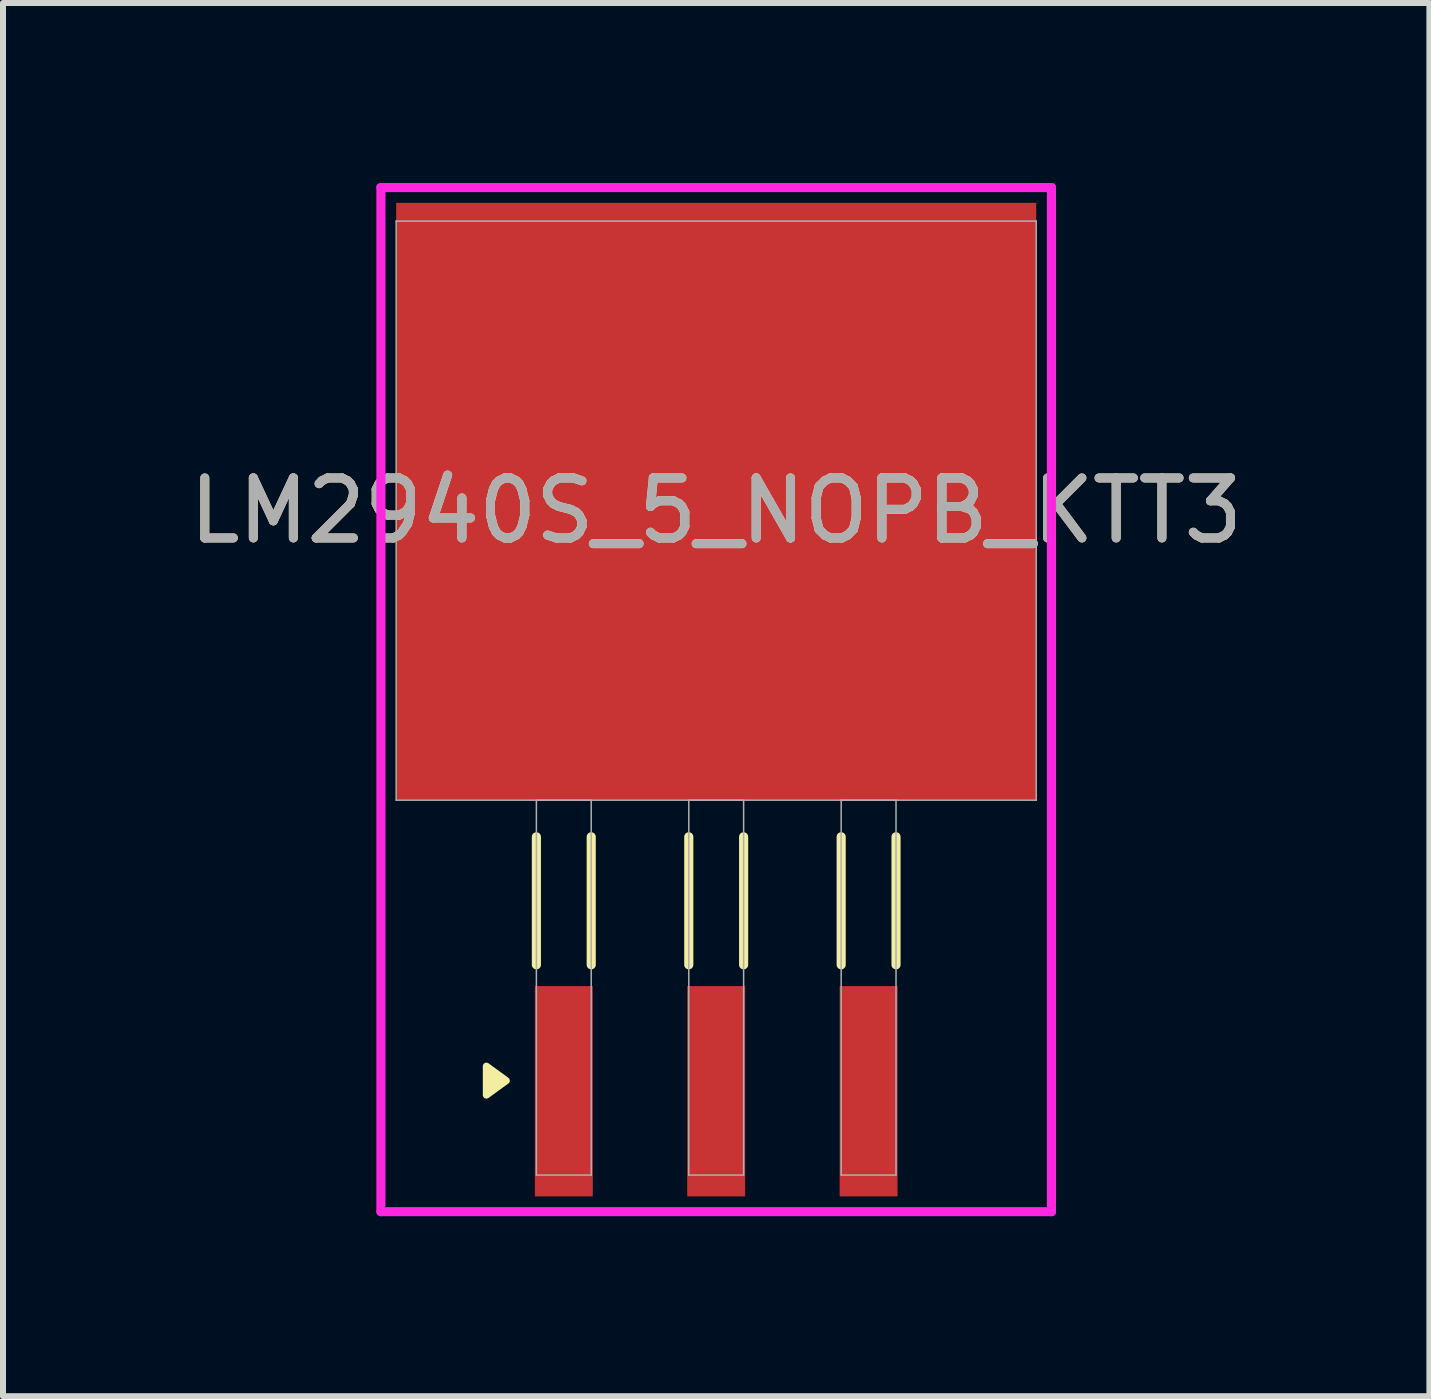
<source format=kicad_pcb>
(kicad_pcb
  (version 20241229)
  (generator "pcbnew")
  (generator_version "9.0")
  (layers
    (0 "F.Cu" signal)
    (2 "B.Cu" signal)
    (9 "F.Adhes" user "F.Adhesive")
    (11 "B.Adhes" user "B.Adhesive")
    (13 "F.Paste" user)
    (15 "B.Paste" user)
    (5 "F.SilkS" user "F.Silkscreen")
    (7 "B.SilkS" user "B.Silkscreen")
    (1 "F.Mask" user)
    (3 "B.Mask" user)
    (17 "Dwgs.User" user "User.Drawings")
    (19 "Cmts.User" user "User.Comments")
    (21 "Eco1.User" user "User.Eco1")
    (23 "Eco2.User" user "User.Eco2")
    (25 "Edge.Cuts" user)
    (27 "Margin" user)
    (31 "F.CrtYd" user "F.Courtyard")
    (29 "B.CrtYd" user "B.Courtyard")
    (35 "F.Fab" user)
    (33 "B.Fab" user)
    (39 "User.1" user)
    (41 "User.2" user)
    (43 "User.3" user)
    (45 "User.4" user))
  (footprint "LM2940S_5_NOPB_KTT3"
    (layer "F.Cu")
    (at 8.887 5.461)
    (property "Reference" "LM2940S_5_NOPB_KTT3" (at 0 0 0) (unlocked yes) (layer "F.SilkS") (effects (font (size 1 1) (thickness 0.15))))
    (attr smd)
    (fp_line (start -2.997 5.436) (end -2.997 7.569) (stroke (width 0.152) (type solid)) (layer "F.SilkS"))
    (fp_line (start -2.083 5.436) (end -2.083 7.569) (stroke (width 0.152) (type solid)) (layer "F.SilkS"))
    (fp_line (start -0.457 5.436) (end -0.457 7.569) (stroke (width 0.152) (type solid)) (layer "F.SilkS"))
    (fp_line (start 0.457 5.436) (end 0.457 7.569) (stroke (width 0.152) (type solid)) (layer "F.SilkS"))
    (fp_line (start 2.083 5.436) (end 2.083 7.569) (stroke (width 0.152) (type solid)) (layer "F.SilkS"))
    (fp_line (start 2.997 5.436) (end 2.997 7.569) (stroke (width 0.152) (type solid)) (layer "F.SilkS"))
    (fp_poly (pts (xy -3.5 9.5) (xy -3.83 9.74) (xy -3.83 9.26) (xy -3.5 9.5)) (stroke (width 0.12) (type solid)) (fill yes) (layer "F.SilkS"))
    (fp_line (start -5.588 -5.385) (end 5.588 -5.385) (stroke (width 0.152) (type solid)) (layer "F.CrtYd"))
    (fp_line (start -5.588 11.684) (end -5.588 -5.385) (stroke (width 0.152) (type solid)) (layer "F.CrtYd"))
    (fp_line (start 5.588 -5.385) (end 5.588 11.684) (stroke (width 0.152) (type solid)) (layer "F.CrtYd"))
    (fp_line (start 5.588 11.684) (end -5.588 11.684) (stroke (width 0.152) (type solid)) (layer "F.CrtYd"))
    (fp_line (start -5.334 -4.826) (end -5.334 4.826) (stroke (width 0.025) (type solid)) (layer "F.Fab"))
    (fp_line (start -5.334 4.826) (end 5.334 4.826) (stroke (width 0.025) (type solid)) (layer "F.Fab"))
    (fp_line (start -2.997 4.826) (end -2.997 11.074) (stroke (width 0.025) (type solid)) (layer "F.Fab"))
    (fp_line (start -2.997 11.074) (end -2.083 11.074) (stroke (width 0.025) (type solid)) (layer "F.Fab"))
    (fp_line (start -2.083 4.826) (end -2.997 4.826) (stroke (width 0.025) (type solid)) (layer "F.Fab"))
    (fp_line (start -2.083 11.074) (end -2.083 4.826) (stroke (width 0.025) (type solid)) (layer "F.Fab"))
    (fp_line (start -0.457 4.826) (end -0.457 11.074) (stroke (width 0.025) (type solid)) (layer "F.Fab"))
    (fp_line (start -0.457 11.074) (end 0.457 11.074) (stroke (width 0.025) (type solid)) (layer "F.Fab"))
    (fp_line (start 0.457 4.826) (end -0.457 4.826) (stroke (width 0.025) (type solid)) (layer "F.Fab"))
    (fp_line (start 0.457 11.074) (end 0.457 4.826) (stroke (width 0.025) (type solid)) (layer "F.Fab"))
    (fp_line (start 2.083 4.826) (end 2.083 11.074) (stroke (width 0.025) (type solid)) (layer "F.Fab"))
    (fp_line (start 2.083 11.074) (end 2.997 11.074) (stroke (width 0.025) (type solid)) (layer "F.Fab"))
    (fp_line (start 2.997 4.826) (end 2.083 4.826) (stroke (width 0.025) (type solid)) (layer "F.Fab"))
    (fp_line (start 2.997 11.074) (end 2.997 4.826) (stroke (width 0.025) (type solid)) (layer "F.Fab"))
    (fp_line (start 5.334 -4.826) (end -5.334 -4.826) (stroke (width 0.025) (type solid)) (layer "F.Fab"))
    (fp_line (start 5.334 4.826) (end 5.334 -4.826) (stroke (width 0.025) (type solid)) (layer "F.Fab"))
    (fp_text user "${REFERENCE}" (at 0 0 0) (unlocked yes) (layer "F.Fab") (effects (font (size 1 1) (thickness 0.15))))
    (pad "1" smd rect (at -2.54 9.677) (size 0.965 3.505) (layers "F.Cu" "F.Mask" "F.Paste"))
    (pad "2" smd rect (at 0 9.677) (size 0.965 3.505) (layers "F.Cu" "F.Mask" "F.Paste"))
    (pad "3" smd rect (at 2.54 9.677) (size 0.965 3.505) (layers "F.Cu" "F.Mask" "F.Paste"))
    (pad "4" smd rect (at 0 -0.152) (size 10.668 9.957) (layers "F.Cu" "F.Mask" "F.Paste")))
  (gr_rect
    (start -3 -3)
    (end 20.774 20.221)
    (stroke (width 0.1) (type default))
    (fill no)
    (layer "Edge.Cuts")))
</source>
